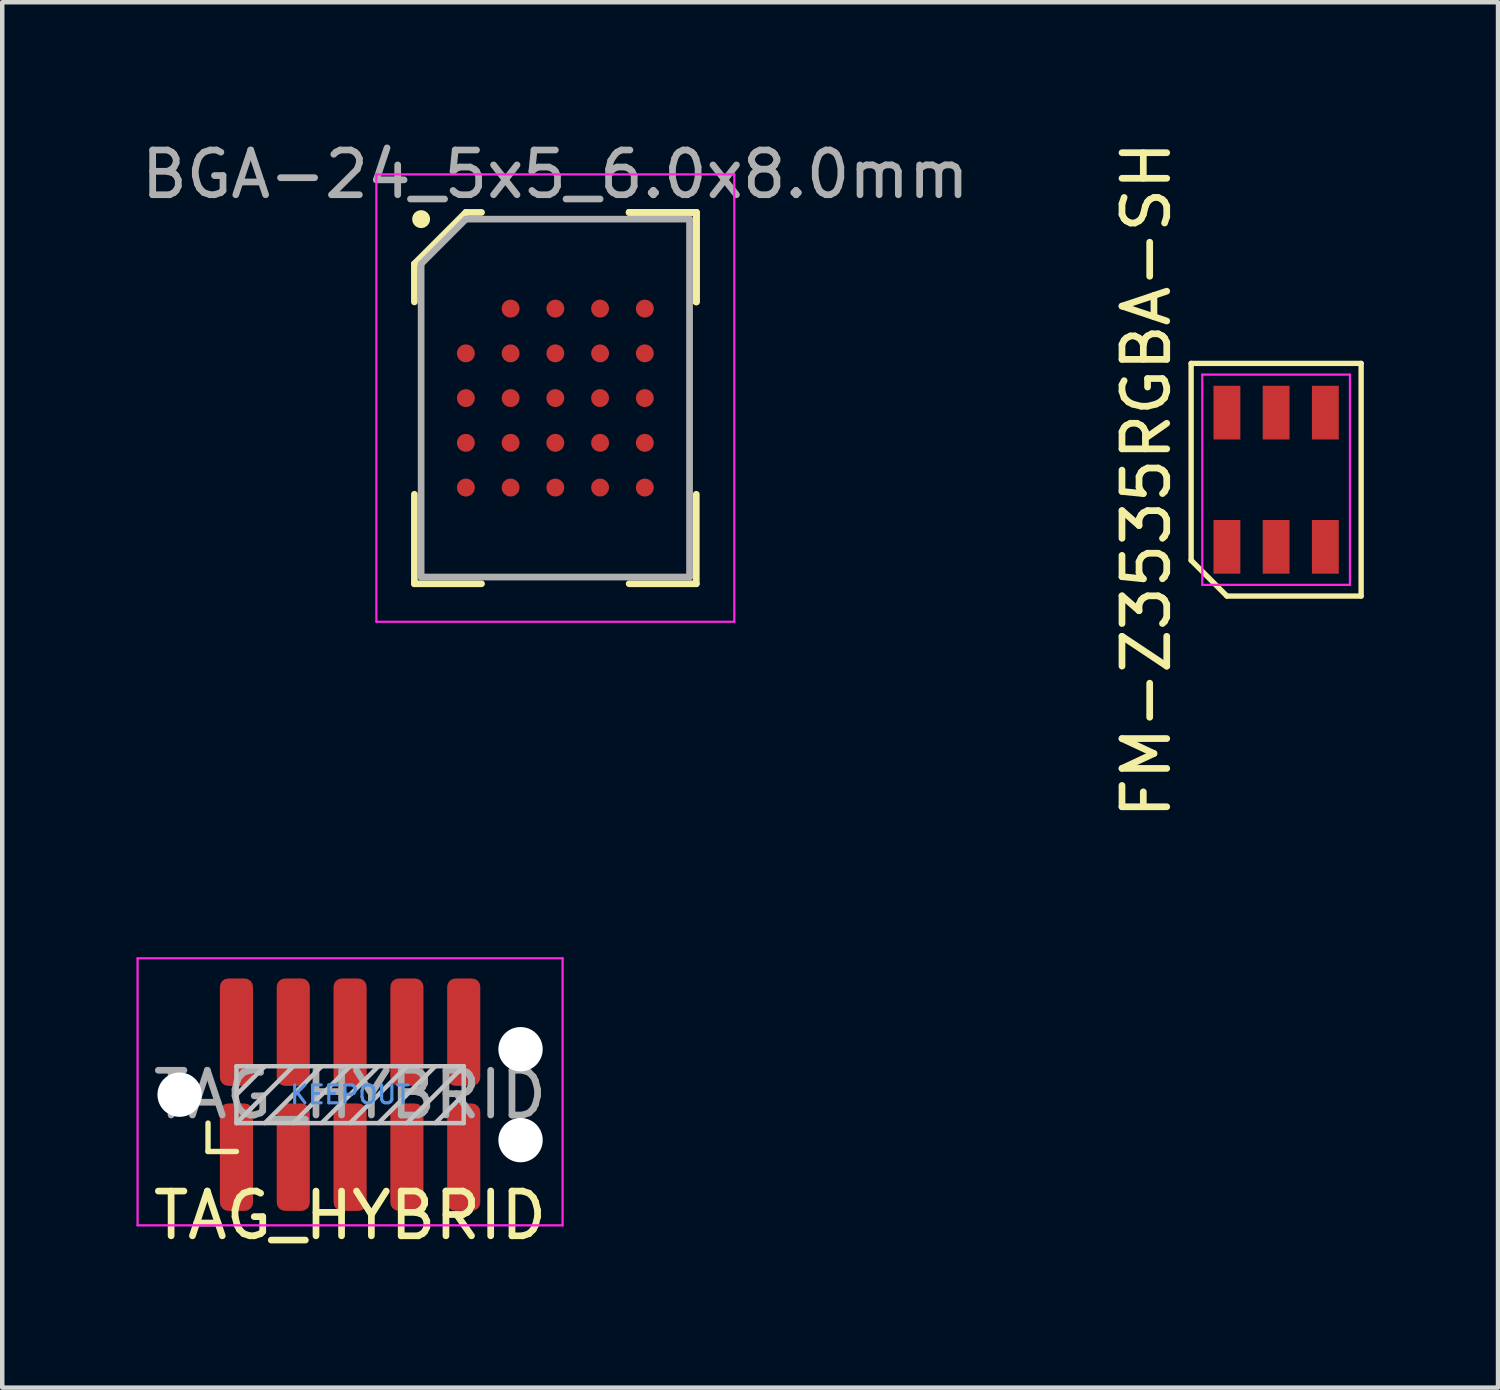
<source format=kicad_pcb>
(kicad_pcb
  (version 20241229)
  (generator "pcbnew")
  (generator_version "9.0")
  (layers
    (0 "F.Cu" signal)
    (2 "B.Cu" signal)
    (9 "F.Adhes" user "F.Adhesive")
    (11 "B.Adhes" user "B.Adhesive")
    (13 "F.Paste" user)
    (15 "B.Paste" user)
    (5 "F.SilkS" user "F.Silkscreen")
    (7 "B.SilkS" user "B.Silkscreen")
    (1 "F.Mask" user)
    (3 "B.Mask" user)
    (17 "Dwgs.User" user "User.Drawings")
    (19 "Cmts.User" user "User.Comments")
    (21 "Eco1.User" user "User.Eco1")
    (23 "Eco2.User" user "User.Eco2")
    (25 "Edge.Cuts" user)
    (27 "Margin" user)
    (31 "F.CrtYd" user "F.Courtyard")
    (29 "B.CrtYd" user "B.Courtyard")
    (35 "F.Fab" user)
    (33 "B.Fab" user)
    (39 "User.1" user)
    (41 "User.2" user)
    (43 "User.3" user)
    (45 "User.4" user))
  (footprint "TAG_HYBRID"
    (layer "F.Cu")
    (at 4.775 21.418)
    (property "Reference" "TAG_HYBRID" (at 0 2.7 0) (layer "F.SilkS") (effects (font (size 1 1) (thickness 0.15))))
    (attr exclude_from_pos_files exclude_from_bom)
    (fp_line (start -3.175 1.27) (end -3.175 0.635) (stroke (width 0.12) (type solid)) (layer "F.SilkS"))
    (fp_line (start -2.54 1.27) (end -3.175 1.27) (stroke (width 0.12) (type solid)) (layer "F.SilkS"))
    (fp_line (start -2.54 -0.635) (end 2.54 -0.635) (stroke (width 0.1) (type solid)) (layer "Dwgs.User"))
    (fp_line (start -2.54 0) (end -1.905 -0.635) (stroke (width 0.1) (type solid)) (layer "Dwgs.User"))
    (fp_line (start -2.54 0.635) (end -2.54 -0.635) (stroke (width 0.1) (type solid)) (layer "Dwgs.User"))
    (fp_line (start -2.54 0.635) (end -1.27 -0.635) (stroke (width 0.1) (type solid)) (layer "Dwgs.User"))
    (fp_line (start -1.905 0.635) (end -0.635 -0.635) (stroke (width 0.1) (type solid)) (layer "Dwgs.User"))
    (fp_line (start -1.27 0.635) (end 0 -0.635) (stroke (width 0.1) (type solid)) (layer "Dwgs.User"))
    (fp_line (start -0.635 0.635) (end 0.635 -0.635) (stroke (width 0.1) (type solid)) (layer "Dwgs.User"))
    (fp_line (start 0 0.635) (end 1.27 -0.635) (stroke (width 0.1) (type solid)) (layer "Dwgs.User"))
    (fp_line (start 0.635 0.635) (end 1.905 -0.635) (stroke (width 0.1) (type solid)) (layer "Dwgs.User"))
    (fp_line (start 1.27 0.635) (end 2.54 -0.635) (stroke (width 0.1) (type solid)) (layer "Dwgs.User"))
    (fp_line (start 1.905 0.635) (end 2.54 0) (stroke (width 0.1) (type solid)) (layer "Dwgs.User"))
    (fp_line (start 2.54 -0.635) (end 2.54 0.635) (stroke (width 0.1) (type solid)) (layer "Dwgs.User"))
    (fp_line (start 2.54 0.635) (end -2.54 0.635) (stroke (width 0.1) (type solid)) (layer "Dwgs.User"))
    (fp_line (start -4.75 -3.048) (end 4.75 -3.048) (stroke (width 0.05) (type solid)) (layer "F.CrtYd"))
    (fp_line (start -4.75 2.921) (end -4.75 -3.048) (stroke (width 0.05) (type solid)) (layer "F.CrtYd"))
    (fp_line (start 4.75 -3.048) (end 4.75 2.921) (stroke (width 0.05) (type solid)) (layer "F.CrtYd"))
    (fp_line (start 4.75 2.921) (end -4.75 2.921) (stroke (width 0.05) (type solid)) (layer "F.CrtYd"))
    (fp_text user "KEEPOUT" (at 0 0 0) (layer "Cmts.User") (effects (font (size 0.4 0.4) (thickness 0.07))))
    (fp_text user "${REFERENCE}" (at 0 0 0) (layer "F.Fab") (effects (font (size 1 1) (thickness 0.15))))
    (pad "" np_thru_hole circle (at -3.81 0) (size 0.991 0.991) (drill 0.991) (layers "*.Cu" "*.Mask"))
    (pad "" np_thru_hole circle (at 3.81 -1.016) (size 0.991 0.991) (drill 0.991) (layers "*.Cu" "*.Mask"))
    (pad "" np_thru_hole circle (at 3.81 1.016) (size 0.991 0.991) (drill 0.991) (layers "*.Cu" "*.Mask"))
    (pad "1" connect roundrect (at -2.54 1.397) (size 0.74 2.4) (layers "F.Cu" "F.Mask") (roundrect_rratio 0.25))
    (pad "2" connect roundrect (at -1.27 1.397) (size 0.74 2.4) (layers "F.Cu" "F.Mask") (roundrect_rratio 0.25))
    (pad "3" connect roundrect (at 0 1.397) (size 0.74 2.4) (layers "F.Cu" "F.Mask") (roundrect_rratio 0.25))
    (pad "4" connect roundrect (at 1.27 1.397) (size 0.74 2.4) (layers "F.Cu" "F.Mask") (roundrect_rratio 0.25))
    (pad "5" connect roundrect (at 2.54 1.397) (size 0.74 2.4) (layers "F.Cu" "F.Mask") (roundrect_rratio 0.25))
    (pad "6" connect roundrect (at 2.54 -1.397) (size 0.74 2.4) (layers "F.Cu" "F.Mask") (roundrect_rratio 0.25))
    (pad "7" connect roundrect (at 1.27 -1.397) (size 0.74 2.4) (layers "F.Cu" "F.Mask") (roundrect_rratio 0.25))
    (pad "8" connect roundrect (at 0 -1.397) (size 0.74 2.4) (layers "F.Cu" "F.Mask") (roundrect_rratio 0.25))
    (pad "9" connect roundrect (at -1.27 -1.397) (size 0.74 2.4) (layers "F.Cu" "F.Mask") (roundrect_rratio 0.25))
    (pad "10" connect roundrect (at -2.54 -1.397 90) (size 2.4 0.74) (layers "F.Cu" "F.Mask") (roundrect_rratio 0.25)))
  (footprint "BGA-24_5x5_6.0x8.0mm"
    (layer "F.Cu")
    (at 9.363 5.848)
    (property "Reference" "BGA-24_5x5_6.0x8.0mm" (at 0 -5 0) (layer "F.Fab") (effects (font (size 1 1) (thickness 0.15))))
    (attr smd)
    (fp_line (start -3.15 -3) (end -3.15 -2.15) (stroke (width 0.15) (type solid)) (layer "F.SilkS"))
    (fp_line (start -3.15 4.15) (end -3.15 2.15) (stroke (width 0.15) (type solid)) (layer "F.SilkS"))
    (fp_line (start -2 -4.15) (end -3.15 -3) (stroke (width 0.15) (type solid)) (layer "F.SilkS"))
    (fp_line (start -1.65 -4.15) (end -2 -4.15) (stroke (width 0.15) (type solid)) (layer "F.SilkS"))
    (fp_line (start -1.65 4.15) (end -3.15 4.15) (stroke (width 0.15) (type solid)) (layer "F.SilkS"))
    (fp_line (start 1.65 -4.15) (end 3.15 -4.15) (stroke (width 0.15) (type solid)) (layer "F.SilkS"))
    (fp_line (start 1.65 -4.15) (end 3.15 -4.15) (stroke (width 0.15) (type solid)) (layer "F.SilkS"))
    (fp_line (start 1.65 -4.15) (end 3.15 -4.15) (stroke (width 0.15) (type solid)) (layer "F.SilkS"))
    (fp_line (start 1.65 4.15) (end 3.15 4.15) (stroke (width 0.15) (type solid)) (layer "F.SilkS"))
    (fp_line (start 3.15 -4.15) (end 3.15 -2.15) (stroke (width 0.15) (type solid)) (layer "F.SilkS"))
    (fp_line (start 3.15 -4.15) (end 3.15 -2.15) (stroke (width 0.15) (type solid)) (layer "F.SilkS"))
    (fp_line (start 3.15 -4.15) (end 3.15 -2.15) (stroke (width 0.15) (type solid)) (layer "F.SilkS"))
    (fp_line (start 3.15 4.15) (end 3.15 2.15) (stroke (width 0.15) (type solid)) (layer "F.SilkS"))
    (fp_circle (center -3 -4) (end -3 -3.9) (stroke (width 0.2) (type solid)) (fill no) (layer "F.SilkS"))
    (fp_line (start -4 -5) (end 4 -5) (stroke (width 0.05) (type solid)) (layer "F.CrtYd"))
    (fp_line (start -4 5) (end -4 -5) (stroke (width 0.05) (type solid)) (layer "F.CrtYd"))
    (fp_line (start 4 -5) (end 4 5) (stroke (width 0.05) (type solid)) (layer "F.CrtYd"))
    (fp_line (start 4 5) (end -4 5) (stroke (width 0.05) (type solid)) (layer "F.CrtYd"))
    (fp_line (start -3 -3) (end -3 4) (stroke (width 0.15) (type solid)) (layer "F.Fab"))
    (fp_line (start -3 4) (end 3 4) (stroke (width 0.15) (type solid)) (layer "F.Fab"))
    (fp_line (start -2 -4) (end -3 -3) (stroke (width 0.15) (type solid)) (layer "F.Fab"))
    (fp_line (start 3 -4) (end -2 -4) (stroke (width 0.15) (type solid)) (layer "F.Fab"))
    (fp_line (start 3 4) (end 3 -4) (stroke (width 0.15) (type solid)) (layer "F.Fab"))
    (pad "A2" smd circle (at -1 -2) (size 0.4 0.4) (layers "F.Cu" "F.Mask" "F.Paste"))
    (pad "A3" smd circle (at 0 -2) (size 0.4 0.4) (layers "F.Cu" "F.Mask" "F.Paste"))
    (pad "A4" smd circle (at 1 -2) (size 0.4 0.4) (layers "F.Cu" "F.Mask" "F.Paste"))
    (pad "A5" smd circle (at 2 -2) (size 0.4 0.4) (layers "F.Cu" "F.Mask" "F.Paste"))
    (pad "B1" smd circle (at -2 -1) (size 0.4 0.4) (layers "F.Cu" "F.Mask" "F.Paste"))
    (pad "B2" smd circle (at -1 -1) (size 0.4 0.4) (layers "F.Cu" "F.Mask" "F.Paste"))
    (pad "B3" smd circle (at 0 -1) (size 0.4 0.4) (layers "F.Cu" "F.Mask" "F.Paste"))
    (pad "B4" smd circle (at 1 -1) (size 0.4 0.4) (layers "F.Cu" "F.Mask" "F.Paste"))
    (pad "B5" smd circle (at 2 -1) (size 0.4 0.4) (layers "F.Cu" "F.Mask" "F.Paste"))
    (pad "C1" smd circle (at -2 0) (size 0.4 0.4) (layers "F.Cu" "F.Mask" "F.Paste"))
    (pad "C2" smd circle (at -1 0) (size 0.4 0.4) (layers "F.Cu" "F.Mask" "F.Paste"))
    (pad "C3" smd circle (at 0 0) (size 0.4 0.4) (layers "F.Cu" "F.Mask" "F.Paste"))
    (pad "C4" smd circle (at 1 0) (size 0.4 0.4) (layers "F.Cu" "F.Mask" "F.Paste"))
    (pad "C5" smd circle (at 2 0) (size 0.4 0.4) (layers "F.Cu" "F.Mask" "F.Paste"))
    (pad "D1" smd circle (at -2 1) (size 0.4 0.4) (layers "F.Cu" "F.Mask" "F.Paste"))
    (pad "D2" smd circle (at -1 1) (size 0.4 0.4) (layers "F.Cu" "F.Mask" "F.Paste"))
    (pad "D3" smd circle (at 0 1) (size 0.4 0.4) (layers "F.Cu" "F.Mask" "F.Paste"))
    (pad "D4" smd circle (at 1 1) (size 0.4 0.4) (layers "F.Cu" "F.Mask" "F.Paste"))
    (pad "D5" smd circle (at 2 1) (size 0.4 0.4) (layers "F.Cu" "F.Mask" "F.Paste"))
    (pad "E1" smd circle (at -2 2) (size 0.4 0.4) (layers "F.Cu" "F.Mask" "F.Paste"))
    (pad "E2" smd circle (at -1 2) (size 0.4 0.4) (layers "F.Cu" "F.Mask" "F.Paste"))
    (pad "E3" smd circle (at 0 2) (size 0.4 0.4) (layers "F.Cu" "F.Mask" "F.Paste"))
    (pad "E4" smd circle (at 1 2) (size 0.4 0.4) (layers "F.Cu" "F.Mask" "F.Paste"))
    (pad "E5" smd circle (at 2 2) (size 0.4 0.4) (layers "F.Cu" "F.Mask" "F.Paste")))
  (footprint "FM-Z3535RGBA-SH"
    (layer "F.Cu")
    (at 25.474 7.673)
    (property "Reference" "FM-Z3535RGBA-SH" (at -2.9 0 90) (layer "F.SilkS") (effects (font (size 1 1) (thickness 0.15))))
    (attr smd)
    (fp_line (start -1.9 -2.6) (end 1.9 -2.6) (stroke (width 0.12) (type solid)) (layer "F.SilkS"))
    (fp_line (start -1.9 1.8) (end -1.9 -2.6) (stroke (width 0.12) (type solid)) (layer "F.SilkS"))
    (fp_line (start -1.1 2.6) (end -1.9 1.8) (stroke (width 0.12) (type solid)) (layer "F.SilkS"))
    (fp_line (start 1.9 -2.6) (end 1.9 2.6) (stroke (width 0.12) (type solid)) (layer "F.SilkS"))
    (fp_line (start 1.9 2.6) (end -1.1 2.6) (stroke (width 0.12) (type solid)) (layer "F.SilkS"))
    (fp_line (start -1.65 -2.35) (end 1.65 -2.35) (stroke (width 0.05) (type solid)) (layer "F.CrtYd"))
    (fp_line (start -1.65 2.35) (end -1.65 -2.35) (stroke (width 0.05) (type solid)) (layer "F.CrtYd"))
    (fp_line (start 1.65 -2.35) (end 1.65 2.35) (stroke (width 0.05) (type solid)) (layer "F.CrtYd"))
    (fp_line (start 1.65 2.35) (end -1.65 2.35) (stroke (width 0.05) (type solid)) (layer "F.CrtYd"))
    (pad "1" smd rect (at -1.1 1.5) (size 0.6 1.2) (layers "F.Cu" "F.Mask" "F.Paste"))
    (pad "2" smd rect (at 0 1.5) (size 0.6 1.2) (layers "F.Cu" "F.Mask" "F.Paste"))
    (pad "3" smd rect (at 1.1 1.5) (size 0.6 1.2) (layers "F.Cu" "F.Mask" "F.Paste"))
    (pad "4" smd rect (at 1.1 -1.5) (size 0.6 1.2) (layers "F.Cu" "F.Mask" "F.Paste"))
    (pad "5" smd rect (at 0 -1.5) (size 0.6 1.2) (layers "F.Cu" "F.Mask" "F.Paste"))
    (pad "6" smd rect (at -1.1 -1.5) (size 0.6 1.2) (layers "F.Cu" "F.Mask" "F.Paste")))
  (gr_rect
    (start -3 -3)
    (end 30.434 27.966)
    (stroke (width 0.1) (type default))
    (fill no)
    (layer "Edge.Cuts")))
</source>
